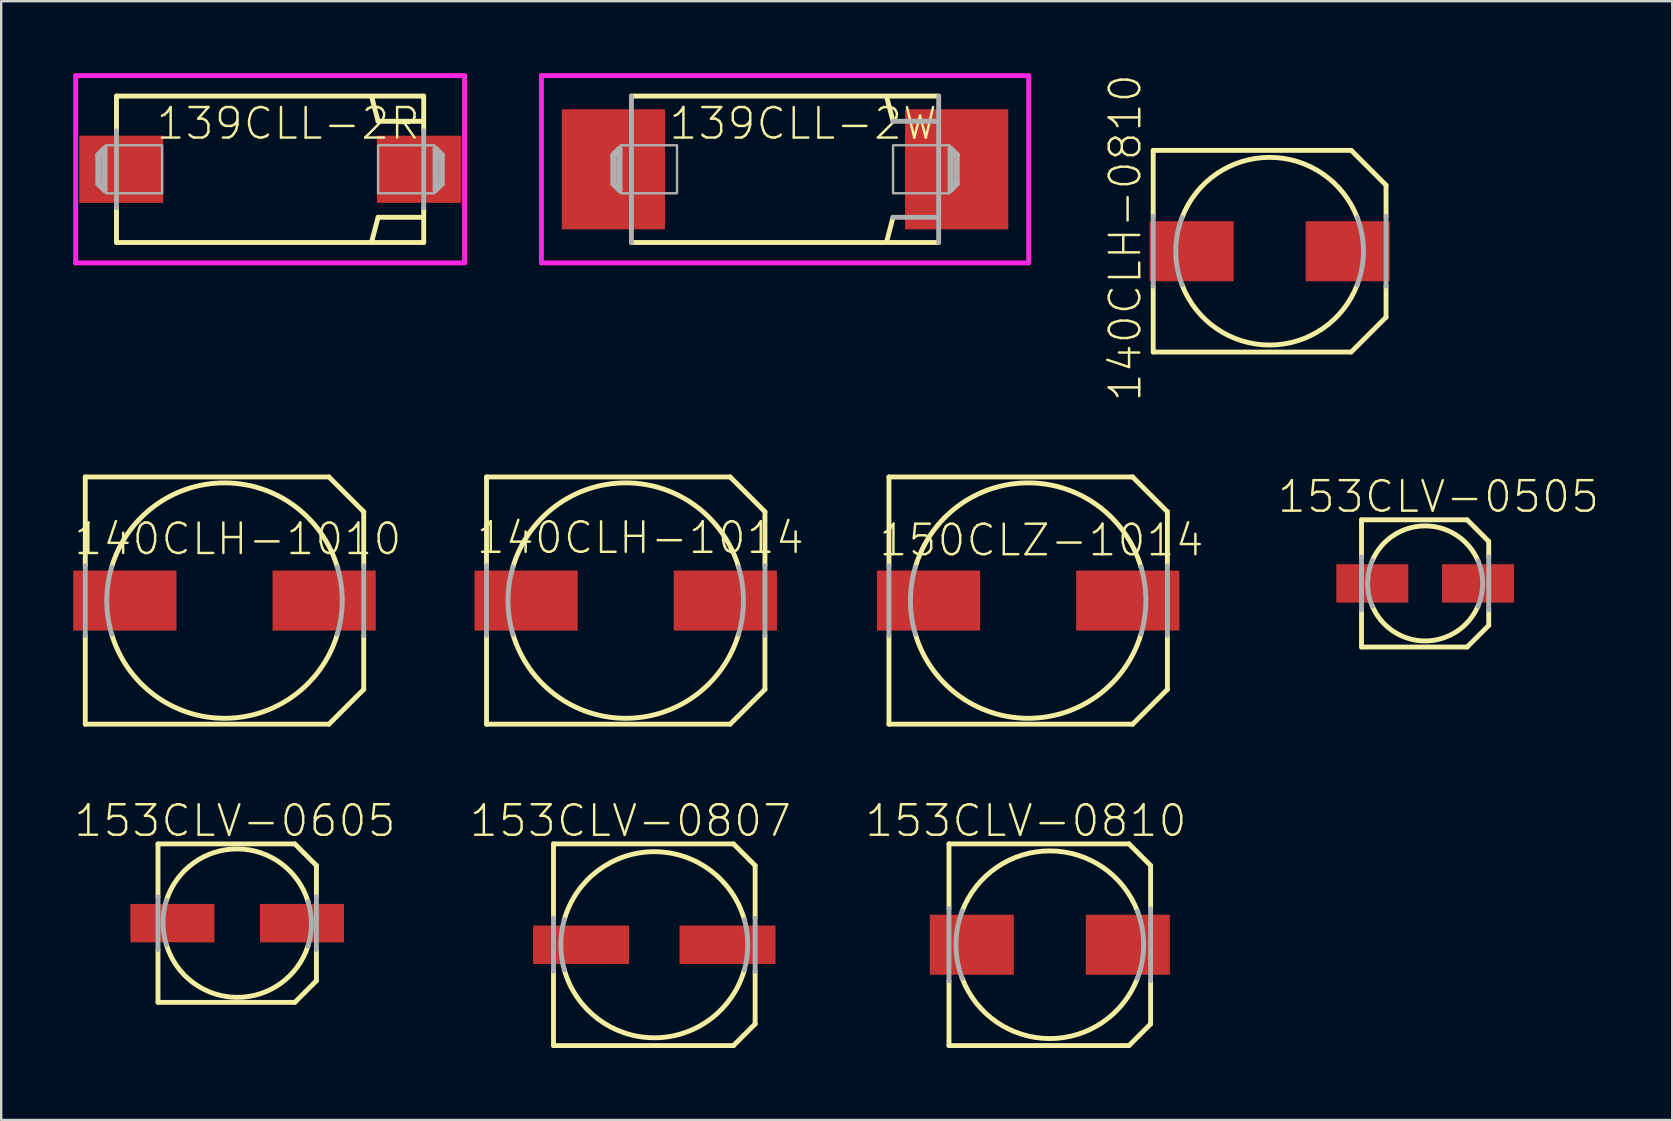
<source format=kicad_pcb>
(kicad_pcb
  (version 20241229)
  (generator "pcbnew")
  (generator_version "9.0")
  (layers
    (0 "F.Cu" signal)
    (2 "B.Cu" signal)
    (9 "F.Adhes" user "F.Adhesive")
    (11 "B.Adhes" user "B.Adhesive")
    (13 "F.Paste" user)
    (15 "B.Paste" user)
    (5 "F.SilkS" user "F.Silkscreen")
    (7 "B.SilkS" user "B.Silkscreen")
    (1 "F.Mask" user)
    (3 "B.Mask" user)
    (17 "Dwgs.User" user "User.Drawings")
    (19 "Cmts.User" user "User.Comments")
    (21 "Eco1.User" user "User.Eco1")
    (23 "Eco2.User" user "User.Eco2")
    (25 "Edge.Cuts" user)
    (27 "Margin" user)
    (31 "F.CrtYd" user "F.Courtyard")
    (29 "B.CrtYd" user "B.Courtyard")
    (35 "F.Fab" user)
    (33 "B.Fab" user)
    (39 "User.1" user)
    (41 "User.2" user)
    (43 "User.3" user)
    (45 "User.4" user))
  (footprint "150CLZ-1014"
    (layer "F.Cu")
    (at 39.784 21.97)
    (property "Reference" "150CLZ-1014" (at 0.556 -2.515 0) (layer "F.SilkS") (effects (font (size 1.27 1.27) (thickness 0.102))))
    (attr through_hole)
    (fp_line (start -5.8 -5.15) (end 4.35 -5.15) (stroke (width 0.203) (type solid)) (layer "F.SilkS"))
    (fp_line (start -5.8 -1.45) (end -5.8 -5.15) (stroke (width 0.203) (type solid)) (layer "F.SilkS"))
    (fp_line (start -5.8 5.15) (end -5.8 1.45) (stroke (width 0.203) (type solid)) (layer "F.SilkS"))
    (fp_line (start 4.35 5.15) (end -5.8 5.15) (stroke (width 0.203) (type solid)) (layer "F.SilkS"))
    (fp_line (start 5.8 -3.7) (end 4.35 -5.15) (stroke (width 0.203) (type solid)) (layer "F.SilkS"))
    (fp_line (start 5.8 -3.7) (end 5.8 -1.45) (stroke (width 0.203) (type solid)) (layer "F.SilkS"))
    (fp_line (start 5.8 1.45) (end 5.8 3.7) (stroke (width 0.203) (type solid)) (layer "F.SilkS"))
    (fp_line (start 5.8 3.7) (end 4.35 5.15) (stroke (width 0.203) (type solid)) (layer "F.SilkS"))
    (fp_arc (start -4.7 -1.4) (mid -0.000001 -4.90408) (end 4.699999 -1.400002) (stroke (width 0.2032) (type solid)) (layer "F.SilkS"))
    (fp_arc (start 4.699999 1.400002) (mid -0.000001 4.90408) (end -4.7 1.4) (stroke (width 0.2032) (type solid)) (layer "F.SilkS"))
    (fp_line (start -5.8 1.45) (end -5.8 -1.45) (stroke (width 0.203) (type solid)) (layer "F.Fab"))
    (fp_line (start 5.8 -1.45) (end 5.8 1.45) (stroke (width 0.203) (type solid)) (layer "F.Fab"))
    (fp_arc (start -4.7 1.4) (mid -4.90408 0) (end -4.7 -1.4) (stroke (width 0.2032) (type solid)) (layer "F.Fab"))
    (fp_arc (start 4.7 -1.4) (mid 4.90408 0) (end 4.7 1.4) (stroke (width 0.2032) (type solid)) (layer "F.Fab"))
    (pad "+" smd rect (at 4.15 0) (size 4.3 2.5) (layers "F.Cu" "F.Mask" "F.Paste"))
    (pad "-" smd rect (at -4.15 0) (size 4.3 2.5) (layers "F.Cu" "F.Mask" "F.Paste")))
  (footprint "140CLH-1014"
    (layer "F.Cu")
    (at 23.018 21.97)
    (property "Reference" "140CLH-1014" (at 0.606 -2.615 0) (layer "F.SilkS") (effects (font (size 1.27 1.27) (thickness 0.102))))
    (attr through_hole)
    (fp_line (start -5.8 -5.15) (end 4.35 -5.15) (stroke (width 0.203) (type solid)) (layer "F.SilkS"))
    (fp_line (start -5.8 -1.45) (end -5.8 -5.15) (stroke (width 0.203) (type solid)) (layer "F.SilkS"))
    (fp_line (start -5.8 5.15) (end -5.8 1.45) (stroke (width 0.203) (type solid)) (layer "F.SilkS"))
    (fp_line (start 4.35 5.15) (end -5.8 5.15) (stroke (width 0.203) (type solid)) (layer "F.SilkS"))
    (fp_line (start 5.8 -3.7) (end 4.35 -5.15) (stroke (width 0.203) (type solid)) (layer "F.SilkS"))
    (fp_line (start 5.8 -3.7) (end 5.8 -1.45) (stroke (width 0.203) (type solid)) (layer "F.SilkS"))
    (fp_line (start 5.8 1.45) (end 5.8 3.7) (stroke (width 0.203) (type solid)) (layer "F.SilkS"))
    (fp_line (start 5.8 3.7) (end 4.35 5.15) (stroke (width 0.203) (type solid)) (layer "F.SilkS"))
    (fp_arc (start -4.7 -1.4) (mid -0.000001 -4.90408) (end 4.699999 -1.400002) (stroke (width 0.2032) (type solid)) (layer "F.SilkS"))
    (fp_arc (start 4.699999 1.400002) (mid -0.000001 4.90408) (end -4.7 1.4) (stroke (width 0.2032) (type solid)) (layer "F.SilkS"))
    (fp_line (start -5.8 1.45) (end -5.8 -1.45) (stroke (width 0.203) (type solid)) (layer "F.Fab"))
    (fp_line (start 5.8 -1.45) (end 5.8 1.45) (stroke (width 0.203) (type solid)) (layer "F.Fab"))
    (fp_arc (start -4.7 1.4) (mid -4.90408 0) (end -4.7 -1.4) (stroke (width 0.2032) (type solid)) (layer "F.Fab"))
    (fp_arc (start 4.7 -1.4) (mid 4.90408 0) (end 4.7 1.4) (stroke (width 0.2032) (type solid)) (layer "F.Fab"))
    (pad "+" smd rect (at 4.15 0) (size 4.3 2.5) (layers "F.Cu" "F.Mask" "F.Paste"))
    (pad "-" smd rect (at -4.15 0) (size 4.3 2.5) (layers "F.Cu" "F.Mask" "F.Paste")))
  (footprint "153CLV-0810"
    (layer "F.Cu")
    (at 40.685 36.308)
    (property "Reference" "153CLV-0810" (at -0.994 -5.165 0) (layer "F.SilkS") (effects (font (size 1.27 1.27) (thickness 0.102))))
    (attr through_hole)
    (fp_line (start -4.2 -4.2) (end 3.3 -4.2) (stroke (width 0.203) (type solid)) (layer "F.SilkS"))
    (fp_line (start -4.2 -1.5) (end -4.2 -4.2) (stroke (width 0.203) (type solid)) (layer "F.SilkS"))
    (fp_line (start -4.2 4.2) (end -4.2 1.5) (stroke (width 0.203) (type solid)) (layer "F.SilkS"))
    (fp_line (start 3.3 -4.2) (end 4.2 -3.3) (stroke (width 0.203) (type solid)) (layer "F.SilkS"))
    (fp_line (start 3.3 4.2) (end -4.2 4.2) (stroke (width 0.203) (type solid)) (layer "F.SilkS"))
    (fp_line (start 4.2 -3.3) (end 4.2 -1.5) (stroke (width 0.203) (type solid)) (layer "F.SilkS"))
    (fp_line (start 4.2 1.5) (end 4.2 3.3) (stroke (width 0.203) (type solid)) (layer "F.SilkS"))
    (fp_line (start 4.2 3.3) (end 3.3 4.2) (stroke (width 0.203) (type solid)) (layer "F.SilkS"))
    (fp_arc (start -3.65 -1.4) (mid 0 -3.909284) (end 3.65 -1.4) (stroke (width 0.2032) (type solid)) (layer "F.SilkS"))
    (fp_arc (start 3.65 1.4) (mid 0 3.909284) (end -3.65 1.4) (stroke (width 0.2032) (type solid)) (layer "F.SilkS"))
    (fp_line (start -4.2 1.5) (end -4.2 -1.5) (stroke (width 0.203) (type solid)) (layer "F.Fab"))
    (fp_line (start 4.2 -1.5) (end 4.2 1.5) (stroke (width 0.203) (type solid)) (layer "F.Fab"))
    (fp_arc (start -3.65 1.4) (mid -3.909284 0) (end -3.65 -1.4) (stroke (width 0.2032) (type solid)) (layer "F.Fab"))
    (fp_arc (start 3.65 -1.4) (mid 3.909284 0) (end 3.65 1.4) (stroke (width 0.2032) (type solid)) (layer "F.Fab"))
    (pad "+" smd rect (at 3.25 0) (size 3.5 2.5) (layers "F.Cu" "F.Mask" "F.Paste"))
    (pad "-" smd rect (at -3.25 0) (size 3.5 2.5) (layers "F.Cu" "F.Mask" "F.Paste")))
  (footprint "140CLH-1010"
    (layer "F.Cu")
    (at 6.303 21.97)
    (property "Reference" "140CLH-1010" (at 0.556 -2.565 0) (layer "F.SilkS") (effects (font (size 1.27 1.27) (thickness 0.102))))
    (attr through_hole)
    (fp_line (start -5.8 -5.15) (end 4.35 -5.15) (stroke (width 0.203) (type solid)) (layer "F.SilkS"))
    (fp_line (start -5.8 -1.45) (end -5.8 -5.15) (stroke (width 0.203) (type solid)) (layer "F.SilkS"))
    (fp_line (start -5.8 5.15) (end -5.8 1.45) (stroke (width 0.203) (type solid)) (layer "F.SilkS"))
    (fp_line (start 4.35 5.15) (end -5.8 5.15) (stroke (width 0.203) (type solid)) (layer "F.SilkS"))
    (fp_line (start 5.8 -3.7) (end 4.35 -5.15) (stroke (width 0.203) (type solid)) (layer "F.SilkS"))
    (fp_line (start 5.8 -3.7) (end 5.8 -1.45) (stroke (width 0.203) (type solid)) (layer "F.SilkS"))
    (fp_line (start 5.8 1.45) (end 5.8 3.7) (stroke (width 0.203) (type solid)) (layer "F.SilkS"))
    (fp_line (start 5.8 3.7) (end 4.35 5.15) (stroke (width 0.203) (type solid)) (layer "F.SilkS"))
    (fp_arc (start -4.7 -1.4) (mid -0.000001 -4.90408) (end 4.699999 -1.400002) (stroke (width 0.2032) (type solid)) (layer "F.SilkS"))
    (fp_arc (start 4.699999 1.400002) (mid -0.000001 4.90408) (end -4.7 1.4) (stroke (width 0.2032) (type solid)) (layer "F.SilkS"))
    (fp_line (start -5.8 1.45) (end -5.8 -1.45) (stroke (width 0.203) (type solid)) (layer "F.Fab"))
    (fp_line (start 5.8 -1.45) (end 5.8 1.45) (stroke (width 0.203) (type solid)) (layer "F.Fab"))
    (fp_arc (start -4.7 1.4) (mid -4.90408 0) (end -4.7 -1.4) (stroke (width 0.2032) (type solid)) (layer "F.Fab"))
    (fp_arc (start 4.7 -1.4) (mid 4.90408 0) (end 4.7 1.4) (stroke (width 0.2032) (type solid)) (layer "F.Fab"))
    (pad "+" smd rect (at 4.15 0) (size 4.3 2.5) (layers "F.Cu" "F.Mask" "F.Paste"))
    (pad "-" smd rect (at -4.15 0) (size 4.3 2.5) (layers "F.Cu" "F.Mask" "F.Paste")))
  (footprint "140CLH-0810"
    (layer "F.Cu")
    (at 49.843 7.415)
    (property "Reference" "140CLH-0810" (at -6.015 -0.556 90) (layer "F.SilkS") (effects (font (size 1.27 1.27) (thickness 0.102))))
    (attr through_hole)
    (fp_line (start -4.85 -4.2) (end 3.4 -4.2) (stroke (width 0.203) (type solid)) (layer "F.SilkS"))
    (fp_line (start -4.85 -1.45) (end -4.85 -4.2) (stroke (width 0.203) (type solid)) (layer "F.SilkS"))
    (fp_line (start -4.85 4.2) (end -4.85 1.45) (stroke (width 0.203) (type solid)) (layer "F.SilkS"))
    (fp_line (start 3.4 4.2) (end -4.85 4.2) (stroke (width 0.203) (type solid)) (layer "F.SilkS"))
    (fp_line (start 4.85 -2.75) (end 3.4 -4.2) (stroke (width 0.203) (type solid)) (layer "F.SilkS"))
    (fp_line (start 4.85 -2.75) (end 4.85 -1.45) (stroke (width 0.203) (type solid)) (layer "F.SilkS"))
    (fp_line (start 4.85 1.45) (end 4.85 2.75) (stroke (width 0.203) (type solid)) (layer "F.SilkS"))
    (fp_line (start 4.85 2.75) (end 3.4 4.2) (stroke (width 0.203) (type solid)) (layer "F.SilkS"))
    (fp_arc (start -3.65 -1.4) (mid 0 -3.909284) (end 3.65 -1.4) (stroke (width 0.2032) (type solid)) (layer "F.SilkS"))
    (fp_arc (start 3.65 1.4) (mid 0 3.909284) (end -3.65 1.4) (stroke (width 0.2032) (type solid)) (layer "F.SilkS"))
    (fp_line (start -4.85 1.45) (end -4.85 -1.45) (stroke (width 0.203) (type solid)) (layer "F.Fab"))
    (fp_line (start 4.85 -1.45) (end 4.85 1.45) (stroke (width 0.203) (type solid)) (layer "F.Fab"))
    (fp_arc (start -3.65 1.4) (mid -3.909284 0) (end -3.65 -1.4) (stroke (width 0.2032) (type solid)) (layer "F.Fab"))
    (fp_arc (start 3.65 -1.4) (mid 3.909284 0) (end 3.65 1.4) (stroke (width 0.2032) (type solid)) (layer "F.Fab"))
    (pad "+" smd rect (at 3.25 0) (size 3.5 2.5) (layers "F.Cu" "F.Mask" "F.Paste"))
    (pad "-" smd rect (at -3.25 0) (size 3.5 2.5) (layers "F.Cu" "F.Mask" "F.Paste")))
  (footprint "153CLV-0807"
    (layer "F.Cu")
    (at 24.209 36.308)
    (property "Reference" "153CLV-0807" (at -0.994 -5.165 0) (layer "F.SilkS") (effects (font (size 1.27 1.27) (thickness 0.102))))
    (attr through_hole)
    (fp_line (start -4.2 -4.2) (end 3.3 -4.2) (stroke (width 0.203) (type solid)) (layer "F.SilkS"))
    (fp_line (start -4.2 -1.1) (end -4.2 -4.2) (stroke (width 0.203) (type solid)) (layer "F.SilkS"))
    (fp_line (start -4.2 4.2) (end -4.2 1.1) (stroke (width 0.203) (type solid)) (layer "F.SilkS"))
    (fp_line (start 3.3 -4.2) (end 4.2 -3.3) (stroke (width 0.203) (type solid)) (layer "F.SilkS"))
    (fp_line (start 3.3 4.2) (end -4.2 4.2) (stroke (width 0.203) (type solid)) (layer "F.SilkS"))
    (fp_line (start 4.2 -3.3) (end 4.2 -1.1) (stroke (width 0.203) (type solid)) (layer "F.SilkS"))
    (fp_line (start 4.2 1.1) (end 4.2 3.3) (stroke (width 0.203) (type solid)) (layer "F.SilkS"))
    (fp_line (start 4.2 3.3) (end 3.3 4.2) (stroke (width 0.203) (type solid)) (layer "F.SilkS"))
    (fp_arc (start -3.75 -1.05) (mid -0.000001 -3.876042) (end 3.749999 -1.050002) (stroke (width 0.2032) (type solid)) (layer "F.SilkS"))
    (fp_arc (start 3.749999 1.050002) (mid -0.000001 3.876041) (end -3.75 1.05) (stroke (width 0.2032) (type solid)) (layer "F.SilkS"))
    (fp_line (start -4.2 1.1) (end -4.2 -1.1) (stroke (width 0.203) (type solid)) (layer "F.Fab"))
    (fp_line (start 4.2 -1.1) (end 4.2 1.1) (stroke (width 0.203) (type solid)) (layer "F.Fab"))
    (fp_arc (start -3.75 1.05) (mid -3.894226 0) (end -3.75 -1.05) (stroke (width 0.2032) (type solid)) (layer "F.Fab"))
    (fp_arc (start 3.75 -1.05) (mid 3.894226 0) (end 3.75 1.05) (stroke (width 0.2032) (type solid)) (layer "F.Fab"))
    (pad "+" smd rect (at 3.05 0) (size 4 1.6) (layers "F.Cu" "F.Mask" "F.Paste"))
    (pad "-" smd rect (at -3.05 0) (size 4 1.6) (layers "F.Cu" "F.Mask" "F.Paste")))
  (footprint "153CLV-0505"
    (layer "F.Cu")
    (at 56.321 21.255)
    (property "Reference" "153CLV-0505" (at 0.556 -3.615 0) (layer "F.SilkS") (effects (font (size 1.27 1.27) (thickness 0.102))))
    (attr through_hole)
    (fp_line (start -2.65 -2.65) (end 1.75 -2.65) (stroke (width 0.203) (type solid)) (layer "F.SilkS"))
    (fp_line (start -2.65 -1.1) (end -2.65 -2.65) (stroke (width 0.203) (type solid)) (layer "F.SilkS"))
    (fp_line (start -2.65 2.65) (end -2.65 1.1) (stroke (width 0.203) (type solid)) (layer "F.SilkS"))
    (fp_line (start 1.75 -2.65) (end 2.65 -1.75) (stroke (width 0.203) (type solid)) (layer "F.SilkS"))
    (fp_line (start 1.75 2.65) (end -2.65 2.65) (stroke (width 0.203) (type solid)) (layer "F.SilkS"))
    (fp_line (start 2.65 -1.75) (end 2.65 -1.1) (stroke (width 0.203) (type solid)) (layer "F.SilkS"))
    (fp_line (start 2.65 1.1) (end 2.65 1.75) (stroke (width 0.203) (type solid)) (layer "F.SilkS"))
    (fp_line (start 2.65 1.75) (end 1.75 2.65) (stroke (width 0.203) (type solid)) (layer "F.SilkS"))
    (fp_arc (start -2.2 -0.95) (mid 0 -2.396351) (end 2.2 -0.949999) (stroke (width 0.2032) (type solid)) (layer "F.SilkS"))
    (fp_arc (start 2.2 0.949999) (mid 0 2.396351) (end -2.2 0.95) (stroke (width 0.2032) (type solid)) (layer "F.SilkS"))
    (fp_line (start -2.65 1.1) (end -2.65 -1.1) (stroke (width 0.203) (type solid)) (layer "F.Fab"))
    (fp_line (start 2.65 -1.1) (end 2.65 1.1) (stroke (width 0.203) (type solid)) (layer "F.Fab"))
    (fp_arc (start -2.2 0.95) (mid -2.396351 0) (end -2.2 -0.95) (stroke (width 0.2032) (type solid)) (layer "F.Fab"))
    (fp_arc (start 2.2 -0.95) (mid 2.396351 0) (end 2.2 0.95) (stroke (width 0.2032) (type solid)) (layer "F.Fab"))
    (pad "+" smd rect (at 2.2 0) (size 3 1.6) (layers "F.Cu" "F.Mask" "F.Paste"))
    (pad "-" smd rect (at -2.2 0) (size 3 1.6) (layers "F.Cu" "F.Mask" "F.Paste")))
  (footprint "139CLL-2W"
    (layer "F.Cu")
    (at 29.655 4.002)
    (property "Reference" "139CLL-2W" (at 0.756 -1.905 0) (layer "F.SilkS") (effects (font (size 1.27 1.27) (thickness 0.102))))
    (attr through_hole)
    (fp_line (start -6.4 -3.05) (end 6.4 -3.05) (stroke (width 0.203) (type solid)) (layer "F.SilkS"))
    (fp_line (start 4.5 -2) (end 4.25 -2.95) (stroke (width 0.203) (type solid)) (layer "F.SilkS"))
    (fp_line (start 4.5 2) (end 4.25 2.95) (stroke (width 0.203) (type solid)) (layer "F.SilkS"))
    (fp_line (start 6.4 3.05) (end -6.4 3.05) (stroke (width 0.203) (type solid)) (layer "F.SilkS"))
    (fp_line (start -10.15 -3.9) (end -10.15 3.9) (stroke (width 0.203) (type solid)) (layer "F.CrtYd"))
    (fp_line (start -10.15 3.9) (end 10.15 3.9) (stroke (width 0.203) (type solid)) (layer "F.CrtYd"))
    (fp_line (start 10.15 -3.9) (end -10.15 -3.9) (stroke (width 0.203) (type solid)) (layer "F.CrtYd"))
    (fp_line (start 10.15 3.9) (end 10.15 -3.9) (stroke (width 0.203) (type solid)) (layer "F.CrtYd"))
    (fp_line (start -7.15 -0.6) (end -6.9 -0.85) (stroke (width 0.254) (type solid)) (layer "F.Fab"))
    (fp_line (start -7.15 0.6) (end -7.15 -0.6) (stroke (width 0.254) (type solid)) (layer "F.Fab"))
    (fp_line (start -6.9 -0.85) (end -6.9 0.85) (stroke (width 0.254) (type solid)) (layer "F.Fab"))
    (fp_line (start -6.9 0.85) (end -7.15 0.6) (stroke (width 0.254) (type solid)) (layer "F.Fab"))
    (fp_line (start -6.4 3.05) (end -6.4 -3.05) (stroke (width 0.203) (type solid)) (layer "F.Fab"))
    (fp_line (start 6.35 -2) (end 4.5 -2) (stroke (width 0.203) (type solid)) (layer "F.Fab"))
    (fp_line (start 6.35 2) (end 4.5 2) (stroke (width 0.203) (type solid)) (layer "F.Fab"))
    (fp_line (start 6.4 -3.05) (end 6.4 3.05) (stroke (width 0.203) (type solid)) (layer "F.Fab"))
    (fp_line (start 6.9 -0.85) (end 7.15 -0.6) (stroke (width 0.254) (type solid)) (layer "F.Fab"))
    (fp_line (start 6.9 0.85) (end 6.9 -0.85) (stroke (width 0.254) (type solid)) (layer "F.Fab"))
    (fp_line (start 7.15 -0.6) (end 7.15 0.6) (stroke (width 0.254) (type solid)) (layer "F.Fab"))
    (fp_line (start 7.15 0.6) (end 6.9 0.85) (stroke (width 0.254) (type solid)) (layer "F.Fab"))
    (fp_poly (pts (xy -6.85 -1) (xy -4.5 -1) (xy -4.5 1) (xy -6.85 1)) (stroke (width 0.1) (type solid)) (fill no) (layer "F.Fab"))
    (fp_poly (pts (xy 4.5 -1) (xy 6.85 -1) (xy 6.85 1) (xy 4.5 1)) (stroke (width 0.1) (type solid)) (fill no) (layer "F.Fab"))
    (pad "+" smd rect (at 7.15 0) (size 4.3 5) (layers "F.Cu" "F.Mask" "F.Paste"))
    (pad "-" smd rect (at -7.15 0) (size 4.3 5) (layers "F.Cu" "F.Mask" "F.Paste")))
  (footprint "153CLV-0605"
    (layer "F.Cu")
    (at 6.832 35.408)
    (property "Reference" "153CLV-0605" (at -0.094 -4.265 0) (layer "F.SilkS") (effects (font (size 1.27 1.27) (thickness 0.102))))
    (attr through_hole)
    (fp_line (start -3.3 -3.3) (end 2.4 -3.3) (stroke (width 0.203) (type solid)) (layer "F.SilkS"))
    (fp_line (start -3.3 -1.1) (end -3.3 -3.3) (stroke (width 0.203) (type solid)) (layer "F.SilkS"))
    (fp_line (start -3.3 3.3) (end -3.3 1.1) (stroke (width 0.203) (type solid)) (layer "F.SilkS"))
    (fp_line (start 2.4 -3.3) (end 3.3 -2.4) (stroke (width 0.203) (type solid)) (layer "F.SilkS"))
    (fp_line (start 2.4 3.3) (end -3.3 3.3) (stroke (width 0.203) (type solid)) (layer "F.SilkS"))
    (fp_line (start 3.3 -2.4) (end 3.3 -1.1) (stroke (width 0.203) (type solid)) (layer "F.SilkS"))
    (fp_line (start 3.3 1.1) (end 3.3 2.4) (stroke (width 0.203) (type solid)) (layer "F.SilkS"))
    (fp_line (start 3.3 2.4) (end 2.4 3.3) (stroke (width 0.203) (type solid)) (layer "F.SilkS"))
    (fp_arc (start -2.95 -0.95) (mid 0.018361 -3.091622) (end 2.95 -0.9) (stroke (width 0.2032) (type solid)) (layer "F.SilkS"))
    (fp_arc (start 2.95 0.95) (mid -0.018361 3.091622) (end -2.95 0.9) (stroke (width 0.2032) (type solid)) (layer "F.SilkS"))
    (fp_line (start -3.3 1.1) (end -3.3 -1.1) (stroke (width 0.203) (type solid)) (layer "F.Fab"))
    (fp_line (start 3.3 -1.1) (end 3.3 1.1) (stroke (width 0.203) (type solid)) (layer "F.Fab"))
    (fp_arc (start -2.95 0.9) (mid -3.091622 -0.025) (end -2.95 -0.95) (stroke (width 0.2032) (type solid)) (layer "F.Fab"))
    (fp_arc (start 2.95 -0.9) (mid 3.091622 0.025) (end 2.95 0.95) (stroke (width 0.2032) (type solid)) (layer "F.Fab"))
    (pad "+" smd rect (at 2.7 0) (size 3.5 1.6) (layers "F.Cu" "F.Mask" "F.Paste"))
    (pad "-" smd rect (at -2.7 0) (size 3.5 1.6) (layers "F.Cu" "F.Mask" "F.Paste")))
  (footprint "139CLL-2R"
    (layer "F.Cu")
    (at 8.202 4.002)
    (property "Reference" "139CLL-2R" (at 0.756 -1.905 0) (layer "F.SilkS") (effects (font (size 1.27 1.27) (thickness 0.102))))
    (attr through_hole)
    (fp_line (start -6.4 -3.05) (end 6.4 -3.05) (stroke (width 0.203) (type solid)) (layer "F.SilkS"))
    (fp_line (start -6.4 -1.6) (end -6.4 -3.05) (stroke (width 0.203) (type solid)) (layer "F.SilkS"))
    (fp_line (start -6.4 3.05) (end -6.4 1.6) (stroke (width 0.203) (type solid)) (layer "F.SilkS"))
    (fp_line (start 4.5 -2) (end 4.25 -2.95) (stroke (width 0.203) (type solid)) (layer "F.SilkS"))
    (fp_line (start 4.5 2) (end 4.25 2.95) (stroke (width 0.203) (type solid)) (layer "F.SilkS"))
    (fp_line (start 6.35 -2) (end 4.5 -2) (stroke (width 0.203) (type solid)) (layer "F.SilkS"))
    (fp_line (start 6.35 2) (end 4.5 2) (stroke (width 0.203) (type solid)) (layer "F.SilkS"))
    (fp_line (start 6.4 -3.05) (end 6.4 -1.6) (stroke (width 0.203) (type solid)) (layer "F.SilkS"))
    (fp_line (start 6.4 1.6) (end 6.4 3.05) (stroke (width 0.203) (type solid)) (layer "F.SilkS"))
    (fp_line (start 6.4 3.05) (end -6.4 3.05) (stroke (width 0.203) (type solid)) (layer "F.SilkS"))
    (fp_line (start -8.1 -3.9) (end -8.1 3.9) (stroke (width 0.203) (type solid)) (layer "F.CrtYd"))
    (fp_line (start -8.1 3.9) (end 8.1 3.9) (stroke (width 0.203) (type solid)) (layer "F.CrtYd"))
    (fp_line (start 8.1 -3.9) (end -8.1 -3.9) (stroke (width 0.203) (type solid)) (layer "F.CrtYd"))
    (fp_line (start 8.1 3.9) (end 8.1 -3.9) (stroke (width 0.203) (type solid)) (layer "F.CrtYd"))
    (fp_line (start -7.15 -0.6) (end -6.9 -0.85) (stroke (width 0.254) (type solid)) (layer "F.Fab"))
    (fp_line (start -7.15 0.6) (end -7.15 -0.6) (stroke (width 0.254) (type solid)) (layer "F.Fab"))
    (fp_line (start -6.9 -0.85) (end -6.9 0.85) (stroke (width 0.254) (type solid)) (layer "F.Fab"))
    (fp_line (start -6.9 0.85) (end -7.15 0.6) (stroke (width 0.254) (type solid)) (layer "F.Fab"))
    (fp_line (start -6.4 1.6) (end -6.4 -1.6) (stroke (width 0.203) (type solid)) (layer "F.Fab"))
    (fp_line (start 6.4 -1.6) (end 6.4 1.6) (stroke (width 0.203) (type solid)) (layer "F.Fab"))
    (fp_line (start 6.9 -0.85) (end 7.15 -0.6) (stroke (width 0.254) (type solid)) (layer "F.Fab"))
    (fp_line (start 6.9 0.85) (end 6.9 -0.85) (stroke (width 0.254) (type solid)) (layer "F.Fab"))
    (fp_line (start 7.15 -0.6) (end 7.15 0.6) (stroke (width 0.254) (type solid)) (layer "F.Fab"))
    (fp_line (start 7.15 0.6) (end 6.9 0.85) (stroke (width 0.254) (type solid)) (layer "F.Fab"))
    (fp_poly (pts (xy -6.85 -1) (xy -4.5 -1) (xy -4.5 1) (xy -6.85 1)) (stroke (width 0.1) (type solid)) (fill no) (layer "F.Fab"))
    (fp_poly (pts (xy 4.5 -1) (xy 6.85 -1) (xy 6.85 1) (xy 4.5 1)) (stroke (width 0.1) (type solid)) (fill no) (layer "F.Fab"))
    (pad "+" smd rect (at 6.2 0) (size 3.5 2.8) (layers "F.Cu" "F.Mask" "F.Paste"))
    (pad "-" smd rect (at -6.2 0) (size 3.5 2.8) (layers "F.Cu" "F.Mask" "F.Paste")))
  (gr_rect
    (start -3 -3)
    (end 66.615 43.609)
    (stroke (width 0.1) (type default))
    (fill no)
    (layer "Edge.Cuts")))
</source>
